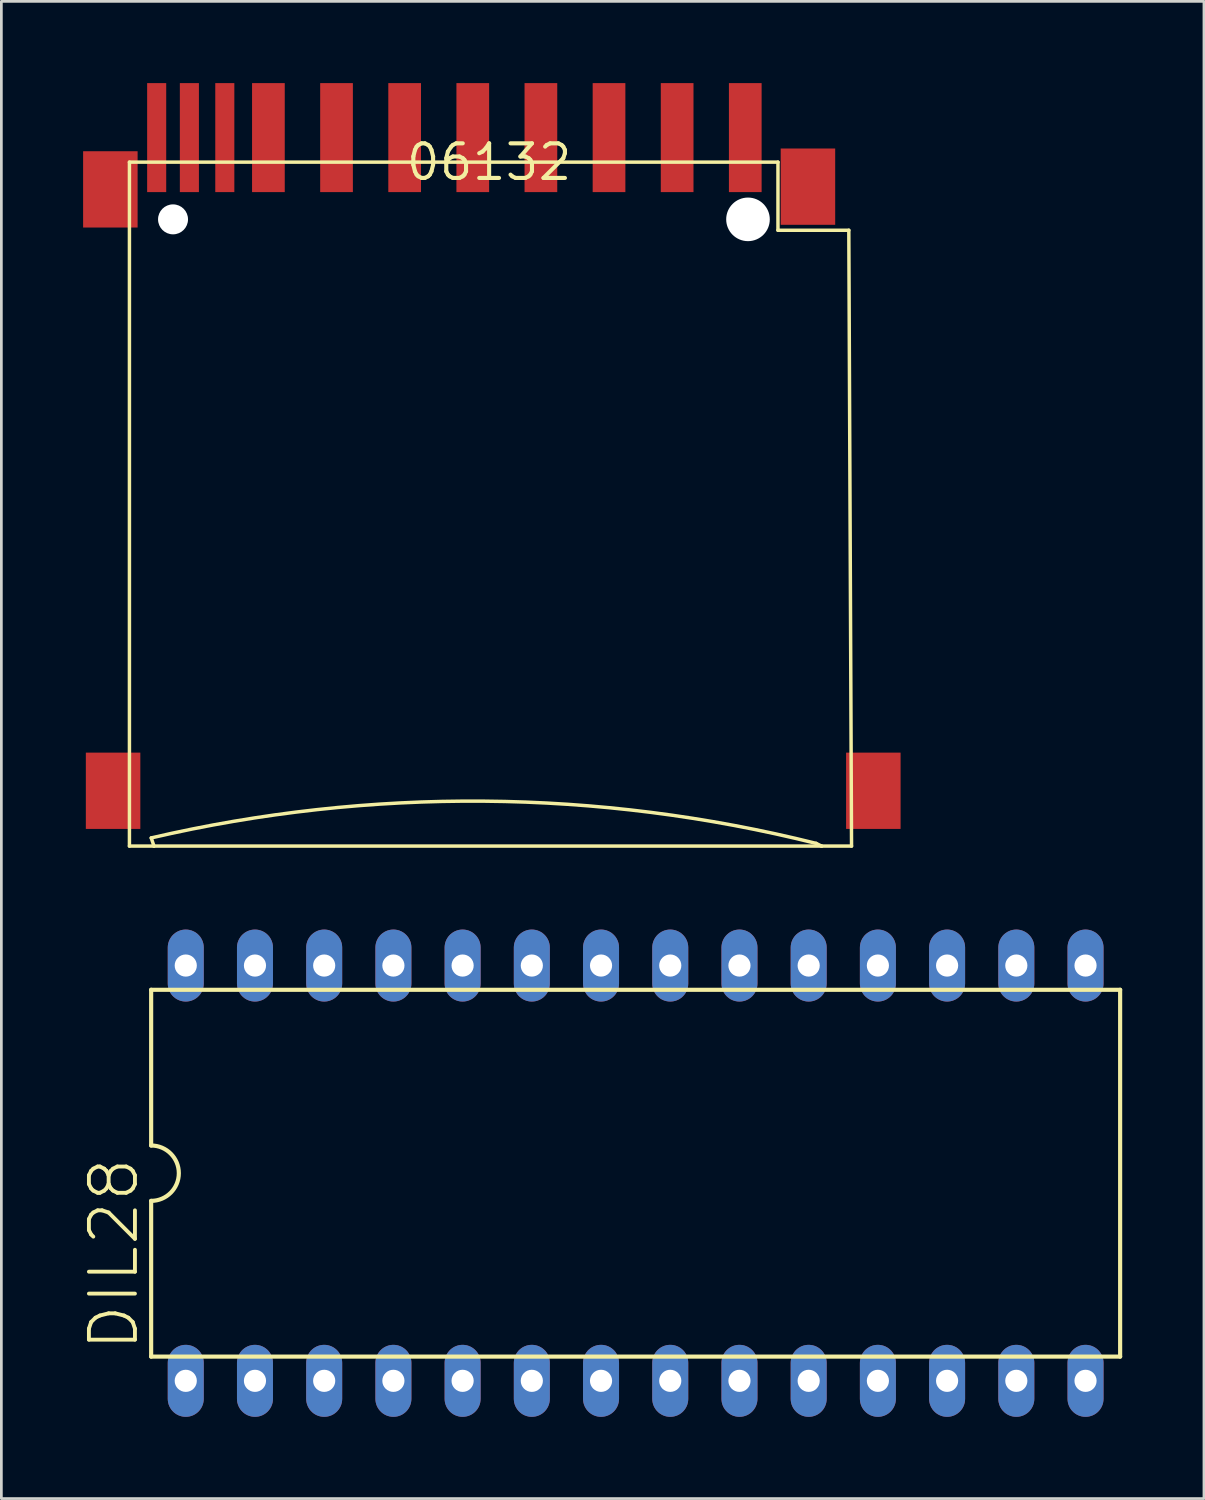
<source format=kicad_pcb>
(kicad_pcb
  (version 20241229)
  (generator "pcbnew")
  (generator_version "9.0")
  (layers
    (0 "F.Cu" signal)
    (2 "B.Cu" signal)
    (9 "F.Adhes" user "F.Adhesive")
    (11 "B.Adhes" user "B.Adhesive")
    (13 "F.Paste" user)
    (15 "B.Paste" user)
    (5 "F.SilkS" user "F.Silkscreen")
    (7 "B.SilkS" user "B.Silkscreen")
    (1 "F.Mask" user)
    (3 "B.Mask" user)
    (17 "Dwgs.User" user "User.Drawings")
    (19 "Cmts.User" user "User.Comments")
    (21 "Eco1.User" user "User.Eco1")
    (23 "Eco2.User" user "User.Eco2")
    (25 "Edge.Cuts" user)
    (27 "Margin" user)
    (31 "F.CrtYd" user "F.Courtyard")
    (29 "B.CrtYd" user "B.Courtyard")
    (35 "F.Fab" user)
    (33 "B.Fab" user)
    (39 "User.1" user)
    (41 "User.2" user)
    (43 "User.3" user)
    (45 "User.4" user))
  (footprint "DIL28"
    (layer "F.Cu")
    (at 20.277 40.004)
    (property "Reference" "DIL28" (at -18.161 6.604 90) (layer "F.SilkS") (effects (font (size 1.689 1.689) (thickness 0.142)) (justify left bottom)))
    (attr through_hole)
    (fp_line (start -17.78 -6.731) (end -17.78 -1.016) (stroke (width 0.152) (type solid)) (layer "F.SilkS"))
    (fp_line (start -17.78 6.731) (end -17.78 1.016) (stroke (width 0.152) (type solid)) (layer "F.SilkS"))
    (fp_line (start -17.78 6.731) (end 17.78 6.731) (stroke (width 0.152) (type solid)) (layer "F.SilkS"))
    (fp_line (start 17.78 -6.731) (end -17.78 -6.731) (stroke (width 0.152) (type solid)) (layer "F.SilkS"))
    (fp_line (start 17.78 -6.731) (end 17.78 6.731) (stroke (width 0.152) (type solid)) (layer "F.SilkS"))
    (fp_arc (start -17.78 -1.016) (mid -16.764 0) (end -17.78 1.016) (stroke (width 0.1524) (type solid)) (layer "F.SilkS"))
    (pad "1" thru_hole oval (at -16.51 7.62 90) (size 2.642 1.321) (drill 0.813) (layers "*.Cu" "*.Mask"))
    (pad "2" thru_hole oval (at -13.97 7.62 90) (size 2.642 1.321) (drill 0.813) (layers "*.Cu" "*.Mask"))
    (pad "3" thru_hole oval (at -11.43 7.62 90) (size 2.642 1.321) (drill 0.813) (layers "*.Cu" "*.Mask"))
    (pad "4" thru_hole oval (at -8.89 7.62 90) (size 2.642 1.321) (drill 0.813) (layers "*.Cu" "*.Mask"))
    (pad "5" thru_hole oval (at -6.35 7.62 90) (size 2.642 1.321) (drill 0.813) (layers "*.Cu" "*.Mask"))
    (pad "6" thru_hole oval (at -3.81 7.62 90) (size 2.642 1.321) (drill 0.813) (layers "*.Cu" "*.Mask"))
    (pad "7" thru_hole oval (at -1.27 7.62 90) (size 2.642 1.321) (drill 0.813) (layers "*.Cu" "*.Mask"))
    (pad "8" thru_hole oval (at 1.27 7.62 90) (size 2.642 1.321) (drill 0.813) (layers "*.Cu" "*.Mask"))
    (pad "9" thru_hole oval (at 3.81 7.62 90) (size 2.642 1.321) (drill 0.813) (layers "*.Cu" "*.Mask"))
    (pad "10" thru_hole oval (at 6.35 7.62 90) (size 2.642 1.321) (drill 0.813) (layers "*.Cu" "*.Mask"))
    (pad "11" thru_hole oval (at 8.89 7.62 90) (size 2.642 1.321) (drill 0.813) (layers "*.Cu" "*.Mask"))
    (pad "12" thru_hole oval (at 11.43 7.62 90) (size 2.642 1.321) (drill 0.813) (layers "*.Cu" "*.Mask"))
    (pad "13" thru_hole oval (at 13.97 7.62 90) (size 2.642 1.321) (drill 0.813) (layers "*.Cu" "*.Mask"))
    (pad "14" thru_hole oval (at 16.51 7.62 90) (size 2.642 1.321) (drill 0.813) (layers "*.Cu" "*.Mask"))
    (pad "15" thru_hole oval (at 16.51 -7.62 90) (size 2.642 1.321) (drill 0.813) (layers "*.Cu" "*.Mask"))
    (pad "16" thru_hole oval (at 13.97 -7.62 90) (size 2.642 1.321) (drill 0.813) (layers "*.Cu" "*.Mask"))
    (pad "17" thru_hole oval (at 11.43 -7.62 90) (size 2.642 1.321) (drill 0.813) (layers "*.Cu" "*.Mask"))
    (pad "18" thru_hole oval (at 8.89 -7.62 90) (size 2.642 1.321) (drill 0.813) (layers "*.Cu" "*.Mask"))
    (pad "19" thru_hole oval (at 6.35 -7.62 90) (size 2.642 1.321) (drill 0.813) (layers "*.Cu" "*.Mask"))
    (pad "20" thru_hole oval (at 3.81 -7.62 90) (size 2.642 1.321) (drill 0.813) (layers "*.Cu" "*.Mask"))
    (pad "21" thru_hole oval (at 1.27 -7.62 90) (size 2.642 1.321) (drill 0.813) (layers "*.Cu" "*.Mask"))
    (pad "22" thru_hole oval (at -1.27 -7.62 90) (size 2.642 1.321) (drill 0.813) (layers "*.Cu" "*.Mask"))
    (pad "23" thru_hole oval (at -3.81 -7.62 90) (size 2.642 1.321) (drill 0.813) (layers "*.Cu" "*.Mask"))
    (pad "24" thru_hole oval (at -6.35 -7.62 90) (size 2.642 1.321) (drill 0.813) (layers "*.Cu" "*.Mask"))
    (pad "25" thru_hole oval (at -8.89 -7.62 90) (size 2.642 1.321) (drill 0.813) (layers "*.Cu" "*.Mask"))
    (pad "26" thru_hole oval (at -11.43 -7.62 90) (size 2.642 1.321) (drill 0.813) (layers "*.Cu" "*.Mask"))
    (pad "27" thru_hole oval (at -13.97 -7.62 90) (size 2.642 1.321) (drill 0.813) (layers "*.Cu" "*.Mask"))
    (pad "28" thru_hole oval (at -16.51 -7.62 90) (size 2.642 1.321) (drill 0.813) (layers "*.Cu" "*.Mask")))
  (footprint "06132"
    (layer "F.Cu")
    (at 14.9 2.9)
    (property "Reference" "06132" (at 0 0 0) (layer "F.SilkS") (effects (font (size 1.27 1.27) (thickness 0.15))))
    (attr through_hole)
    (fp_line (start -13.2 0) (end 10.6 0) (stroke (width 0.127) (type solid)) (layer "F.SilkS"))
    (fp_line (start -13.2 25.1) (end -13.2 0) (stroke (width 0.127) (type solid)) (layer "F.SilkS"))
    (fp_line (start -12.4 24.8) (end -12.3 25.1) (stroke (width 0.127) (type solid)) (layer "F.SilkS"))
    (fp_line (start -12.3 25.1) (end -13.2 25.1) (stroke (width 0.127) (type solid)) (layer "F.SilkS"))
    (fp_line (start 10.6 0) (end 10.6 2.5) (stroke (width 0.127) (type solid)) (layer "F.SilkS"))
    (fp_line (start 10.6 2.5) (end 13.2 2.5) (stroke (width 0.127) (type solid)) (layer "F.SilkS"))
    (fp_line (start 12 25) (end 12.2 25.1) (stroke (width 0.127) (type solid)) (layer "F.SilkS"))
    (fp_line (start 12.2 25.1) (end -12.3 25.1) (stroke (width 0.127) (type solid)) (layer "F.SilkS"))
    (fp_line (start 13.2 2.5) (end 13.3 25.1) (stroke (width 0.127) (type solid)) (layer "F.SilkS"))
    (fp_line (start 13.3 25.1) (end 12.2 25.1) (stroke (width 0.127) (type solid)) (layer "F.SilkS"))
    (fp_arc (start -12.4 24.8) (mid -0.188122 23.450859) (end 12 24.999999) (stroke (width 0.127) (type solid)) (layer "F.SilkS"))
    (pad "" np_thru_hole circle (at -11.6 2.1) (size 1.1 1.1) (drill 1.1) (layers "*.Cu" "*.Mask"))
    (pad "" np_thru_hole circle (at 9.5 2.1) (size 1.6 1.6) (drill 1.6) (layers "*.Cu" "*.Mask"))
    (pad "1" smd rect (at 6.9 -0.9 90) (size 4 1.2) (layers "F.Cu" "F.Mask" "F.Paste"))
    (pad "2" smd rect (at 4.4 -0.9 90) (size 4 1.2) (layers "F.Cu" "F.Mask" "F.Paste"))
    (pad "3" smd rect (at 1.9 -0.9 90) (size 4 1.2) (layers "F.Cu" "F.Mask" "F.Paste"))
    (pad "4" smd rect (at -0.6 -0.9 90) (size 4 1.2) (layers "F.Cu" "F.Mask" "F.Paste"))
    (pad "5" smd rect (at -3.1 -0.9 90) (size 4 1.2) (layers "F.Cu" "F.Mask" "F.Paste"))
    (pad "6" smd rect (at -5.6 -0.9 90) (size 4 1.2) (layers "F.Cu" "F.Mask" "F.Paste"))
    (pad "7" smd rect (at -8.1 -0.9 90) (size 4 1.2) (layers "F.Cu" "F.Mask" "F.Paste"))
    (pad "8" smd rect (at -9.7 -0.9 90) (size 4 0.7) (layers "F.Cu" "F.Mask" "F.Paste"))
    (pad "9" smd rect (at 9.4 -0.9 90) (size 4 1.2) (layers "F.Cu" "F.Mask" "F.Paste"))
    (pad "CD" smd rect (at -11 -0.9 90) (size 4 0.7) (layers "F.Cu" "F.Mask" "F.Paste"))
    (pad "COM" smd rect (at 11.7 0.9 90) (size 2.8 2) (layers "F.Cu" "F.Mask" "F.Paste"))
    (pad "SHL@1" smd rect (at -13.9 1 90) (size 2.8 2) (layers "F.Cu" "F.Mask" "F.Paste"))
    (pad "SHL@2" smd rect (at -13.8 23.07 90) (size 2.8 2) (layers "F.Cu" "F.Mask" "F.Paste"))
    (pad "SHL@3" smd rect (at 14.1 23.07 90) (size 2.8 2) (layers "F.Cu" "F.Mask" "F.Paste"))
    (pad "WP" smd rect (at -12.2 -0.9 90) (size 4 0.7) (layers "F.Cu" "F.Mask" "F.Paste")))
  (gr_rect
    (start -3 -3)
    (end 41.133 51.945)
    (stroke (width 0.1) (type default))
    (fill no)
    (layer "Edge.Cuts")))
</source>
